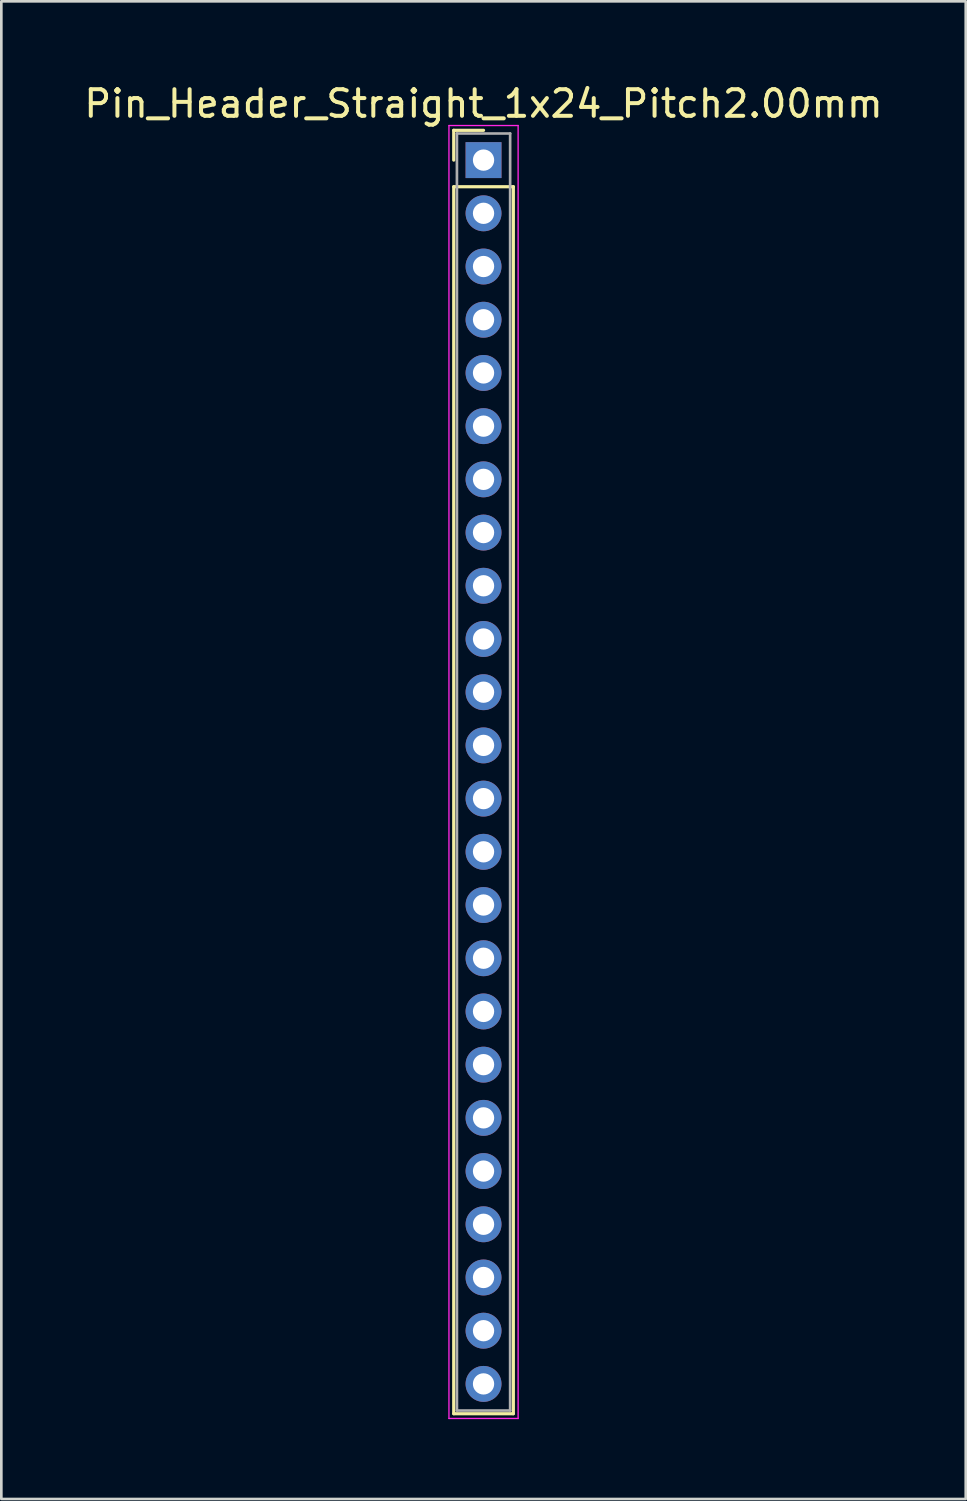
<source format=kicad_pcb>
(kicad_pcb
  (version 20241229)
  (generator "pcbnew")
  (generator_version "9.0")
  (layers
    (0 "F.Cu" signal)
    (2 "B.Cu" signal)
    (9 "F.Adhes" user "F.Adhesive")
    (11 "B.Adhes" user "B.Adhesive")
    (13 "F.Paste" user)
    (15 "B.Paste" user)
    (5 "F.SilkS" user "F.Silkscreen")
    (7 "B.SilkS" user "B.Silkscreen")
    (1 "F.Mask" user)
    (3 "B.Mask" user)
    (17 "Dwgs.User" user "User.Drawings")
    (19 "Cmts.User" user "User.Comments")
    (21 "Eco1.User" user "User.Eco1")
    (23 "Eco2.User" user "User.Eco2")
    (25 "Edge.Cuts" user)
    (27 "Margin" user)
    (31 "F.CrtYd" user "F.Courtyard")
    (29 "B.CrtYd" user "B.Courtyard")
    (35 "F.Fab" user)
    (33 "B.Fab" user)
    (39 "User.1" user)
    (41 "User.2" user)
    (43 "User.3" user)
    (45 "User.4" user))
  (footprint "Pin_Header_Straight_1x24_Pitch2.00mm"
    (layer "F.Cu")
    (at 15.125 2.968)
    (property "Reference" "Pin_Header_Straight_1x24_Pitch2.00mm" (at 0 -2.12 0) (layer "F.SilkS") (effects (font (size 1 1) (thickness 0.15))))
    (attr through_hole)
    (fp_line (start -1.12 -1.12) (end 0 -1.12) (stroke (width 0.12) (type solid)) (layer "F.SilkS"))
    (fp_line (start -1.12 0) (end -1.12 -1.12) (stroke (width 0.12) (type solid)) (layer "F.SilkS"))
    (fp_line (start -1.12 1) (end -1.12 47.12) (stroke (width 0.12) (type solid)) (layer "F.SilkS"))
    (fp_line (start -1.12 47.12) (end 1.12 47.12) (stroke (width 0.12) (type solid)) (layer "F.SilkS"))
    (fp_line (start 1.12 1) (end -1.12 1) (stroke (width 0.12) (type solid)) (layer "F.SilkS"))
    (fp_line (start 1.12 47.12) (end 1.12 1) (stroke (width 0.12) (type solid)) (layer "F.SilkS"))
    (fp_line (start -1.3 -1.3) (end -1.3 47.3) (stroke (width 0.05) (type solid)) (layer "F.CrtYd"))
    (fp_line (start -1.3 47.3) (end 1.3 47.3) (stroke (width 0.05) (type solid)) (layer "F.CrtYd"))
    (fp_line (start 1.3 -1.3) (end -1.3 -1.3) (stroke (width 0.05) (type solid)) (layer "F.CrtYd"))
    (fp_line (start 1.3 47.3) (end 1.3 -1.3) (stroke (width 0.05) (type solid)) (layer "F.CrtYd"))
    (fp_line (start -1 -1) (end -1 47) (stroke (width 0.1) (type solid)) (layer "F.Fab"))
    (fp_line (start -1 47) (end 1 47) (stroke (width 0.1) (type solid)) (layer "F.Fab"))
    (fp_line (start 1 -1) (end -1 -1) (stroke (width 0.1) (type solid)) (layer "F.Fab"))
    (fp_line (start 1 47) (end 1 -1) (stroke (width 0.1) (type solid)) (layer "F.Fab"))
    (pad "1" thru_hole rect (at 0 0) (size 1.35 1.35) (drill 0.8) (layers "*.Cu" "*.Mask"))
    (pad "2" thru_hole oval (at 0 2) (size 1.35 1.35) (drill 0.8) (layers "*.Cu" "*.Mask"))
    (pad "3" thru_hole oval (at 0 4) (size 1.35 1.35) (drill 0.8) (layers "*.Cu" "*.Mask"))
    (pad "4" thru_hole oval (at 0 6) (size 1.35 1.35) (drill 0.8) (layers "*.Cu" "*.Mask"))
    (pad "5" thru_hole oval (at 0 8) (size 1.35 1.35) (drill 0.8) (layers "*.Cu" "*.Mask"))
    (pad "6" thru_hole oval (at 0 10) (size 1.35 1.35) (drill 0.8) (layers "*.Cu" "*.Mask"))
    (pad "7" thru_hole oval (at 0 12) (size 1.35 1.35) (drill 0.8) (layers "*.Cu" "*.Mask"))
    (pad "8" thru_hole oval (at 0 14) (size 1.35 1.35) (drill 0.8) (layers "*.Cu" "*.Mask"))
    (pad "9" thru_hole oval (at 0 16) (size 1.35 1.35) (drill 0.8) (layers "*.Cu" "*.Mask"))
    (pad "10" thru_hole oval (at 0 18) (size 1.35 1.35) (drill 0.8) (layers "*.Cu" "*.Mask"))
    (pad "11" thru_hole oval (at 0 20) (size 1.35 1.35) (drill 0.8) (layers "*.Cu" "*.Mask"))
    (pad "12" thru_hole oval (at 0 22) (size 1.35 1.35) (drill 0.8) (layers "*.Cu" "*.Mask"))
    (pad "13" thru_hole oval (at 0 24) (size 1.35 1.35) (drill 0.8) (layers "*.Cu" "*.Mask"))
    (pad "14" thru_hole oval (at 0 26) (size 1.35 1.35) (drill 0.8) (layers "*.Cu" "*.Mask"))
    (pad "15" thru_hole oval (at 0 28) (size 1.35 1.35) (drill 0.8) (layers "*.Cu" "*.Mask"))
    (pad "16" thru_hole oval (at 0 30) (size 1.35 1.35) (drill 0.8) (layers "*.Cu" "*.Mask"))
    (pad "17" thru_hole oval (at 0 32) (size 1.35 1.35) (drill 0.8) (layers "*.Cu" "*.Mask"))
    (pad "18" thru_hole oval (at 0 34) (size 1.35 1.35) (drill 0.8) (layers "*.Cu" "*.Mask"))
    (pad "19" thru_hole oval (at 0 36) (size 1.35 1.35) (drill 0.8) (layers "*.Cu" "*.Mask"))
    (pad "20" thru_hole oval (at 0 38) (size 1.35 1.35) (drill 0.8) (layers "*.Cu" "*.Mask"))
    (pad "21" thru_hole oval (at 0 40) (size 1.35 1.35) (drill 0.8) (layers "*.Cu" "*.Mask"))
    (pad "22" thru_hole oval (at 0 42) (size 1.35 1.35) (drill 0.8) (layers "*.Cu" "*.Mask"))
    (pad "23" thru_hole oval (at 0 44) (size 1.35 1.35) (drill 0.8) (layers "*.Cu" "*.Mask"))
    (pad "24" thru_hole oval (at 0 46) (size 1.35 1.35) (drill 0.8) (layers "*.Cu" "*.Mask")))
  (gr_rect
    (start -3 -3)
    (end 33.25 53.293)
    (stroke (width 0.1) (type default))
    (fill no)
    (layer "Edge.Cuts")))
</source>
